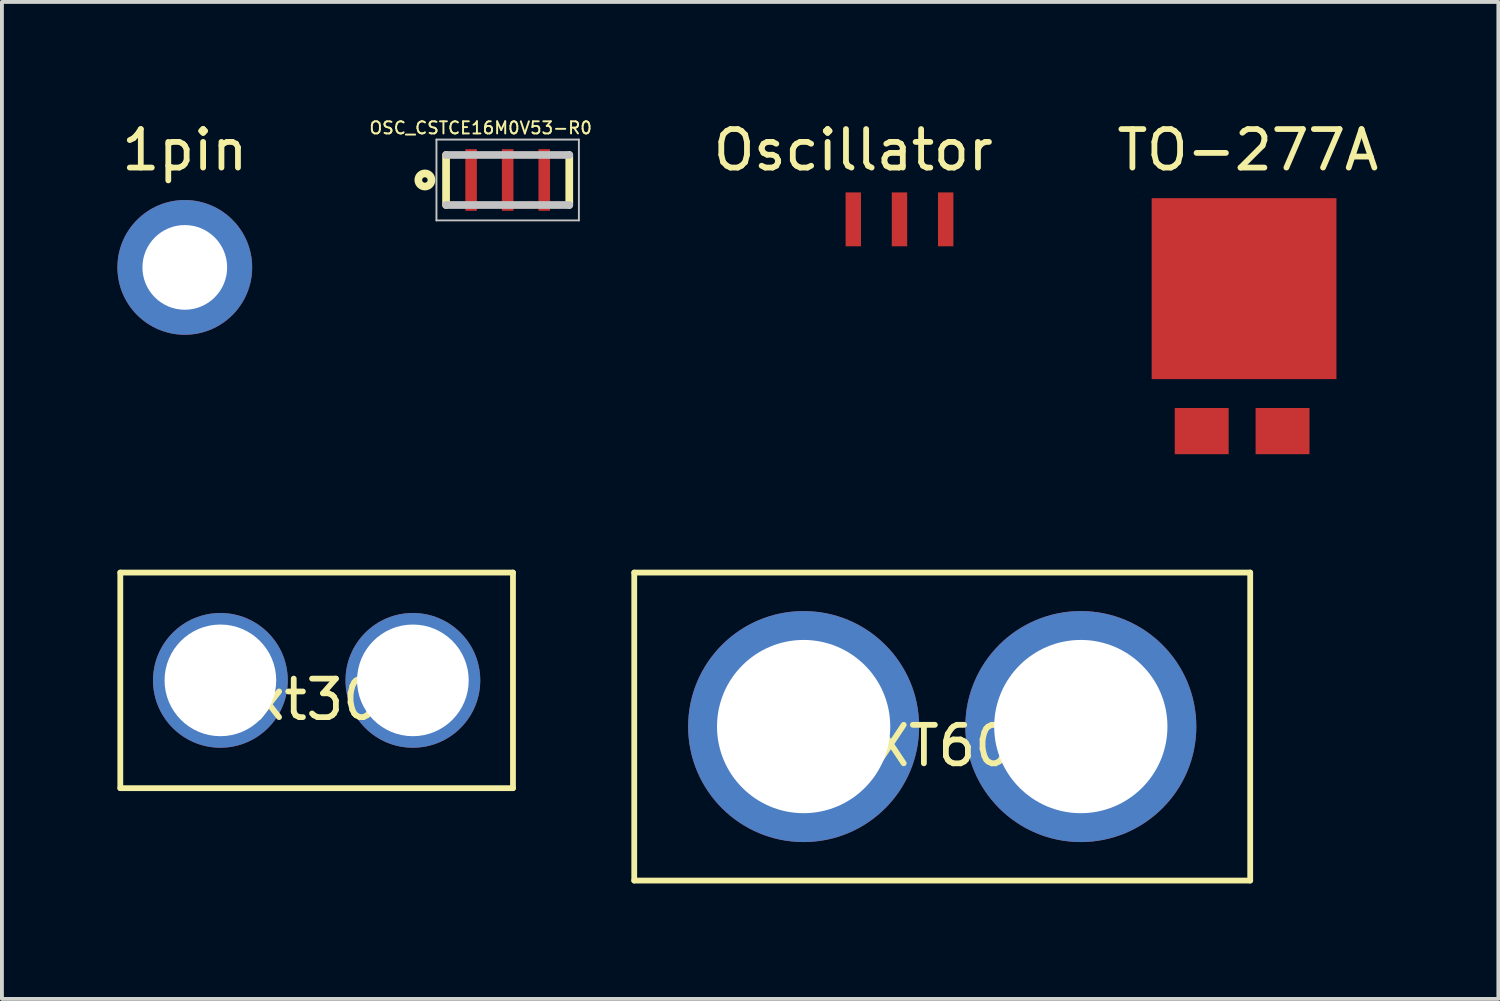
<source format=kicad_pcb>
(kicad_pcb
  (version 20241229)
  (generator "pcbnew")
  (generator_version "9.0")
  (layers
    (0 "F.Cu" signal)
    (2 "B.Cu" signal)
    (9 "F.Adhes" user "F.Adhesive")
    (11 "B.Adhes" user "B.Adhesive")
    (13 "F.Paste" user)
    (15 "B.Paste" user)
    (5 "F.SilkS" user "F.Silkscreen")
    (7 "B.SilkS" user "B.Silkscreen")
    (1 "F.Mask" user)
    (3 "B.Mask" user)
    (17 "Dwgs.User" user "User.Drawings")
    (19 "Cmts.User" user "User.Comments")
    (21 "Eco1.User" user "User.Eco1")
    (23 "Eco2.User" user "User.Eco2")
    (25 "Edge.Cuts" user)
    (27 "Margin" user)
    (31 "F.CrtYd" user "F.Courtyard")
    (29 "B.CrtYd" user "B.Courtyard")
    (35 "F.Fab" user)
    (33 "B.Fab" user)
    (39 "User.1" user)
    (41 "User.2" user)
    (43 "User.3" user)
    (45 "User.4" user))
  (footprint "Oscillator"
    (layer "F.Cu")
    (at 19.115 0.348)
    (property "Reference" "Oscillator" (at 0 0.5 0) (layer "F.SilkS") (effects (font (size 1 1) (thickness 0.15))))
    (attr through_hole)
    (pad "1" smd rect (at 0 2.3) (size 0.4 1.4) (layers "F.Cu" "F.Mask" "F.Paste"))
    (pad "2" smd rect (at 1.2 2.3) (size 0.4 1.4) (layers "F.Cu" "F.Mask" "F.Paste"))
    (pad "3" smd rect (at 2.4 2.3) (size 0.4 1.4) (layers "F.Cu" "F.Mask" "F.Paste")))
  (footprint "XT60"
    (layer "F.Cu")
    (at 21.425 15.823)
    (property "Reference" "XT60" (at 0 0.5 0) (layer "F.SilkS") (effects (font (size 1 1) (thickness 0.15))))
    (attr through_hole)
    (fp_line (start -8 -4) (end 8 -4) (stroke (width 0.15) (type solid)) (layer "F.SilkS"))
    (fp_line (start -8 4) (end -8 -4) (stroke (width 0.15) (type solid)) (layer "F.SilkS"))
    (fp_line (start 8 -4) (end 8 4) (stroke (width 0.15) (type solid)) (layer "F.SilkS"))
    (fp_line (start 8 4) (end -8 4) (stroke (width 0.15) (type solid)) (layer "F.SilkS"))
    (pad "1" thru_hole circle (at -3.6 0) (size 6 6) (drill 4.5) (layers "*.Cu" "*.Mask"))
    (pad "2" thru_hole circle (at 3.6 0) (size 6 6) (drill 4.5) (layers "*.Cu" "*.Mask")))
  (footprint "OSC_CSTCE16M0V53-R0"
    (layer "F.Cu")
    (at 10.137 1.625)
    (property "Reference" "OSC_CSTCE16M0V53-R0" (at -0.701 -1.352 0) (layer "F.SilkS") (effects (font (size 0.315 0.315) (thickness 0.05))))
    (attr smd)
    (fp_line (start -1.6 0.65) (end -1.6 -0.65) (stroke (width 0.2) (type solid)) (layer "F.SilkS"))
    (fp_line (start 1.6 -0.65) (end 1.6 0.65) (stroke (width 0.2) (type solid)) (layer "F.SilkS"))
    (fp_circle (center -2.15 0) (end -2.079 0) (stroke (width 0.2) (type solid)) (fill no) (layer "F.SilkS"))
    (fp_line (start -1.85 -1.05) (end 1.85 -1.05) (stroke (width 0.05) (type solid)) (layer "Dwgs.User"))
    (fp_line (start -1.85 1.05) (end -1.85 -1.05) (stroke (width 0.05) (type solid)) (layer "Dwgs.User"))
    (fp_line (start -1.6 -0.65) (end 1.6 -0.65) (stroke (width 0.2) (type solid)) (layer "Dwgs.User"))
    (fp_line (start 1.6 0.65) (end -1.6 0.65) (stroke (width 0.2) (type solid)) (layer "Dwgs.User"))
    (fp_line (start 1.85 -1.05) (end 1.85 1.05) (stroke (width 0.05) (type solid)) (layer "Dwgs.User"))
    (fp_line (start 1.85 1.05) (end -1.85 1.05) (stroke (width 0.05) (type solid)) (layer "Dwgs.User"))
    (pad "1" smd rect (at -0.95 0) (size 0.3 1.6) (layers "F.Cu" "F.Mask" "F.Paste"))
    (pad "2" smd rect (at 0 0) (size 0.3 1.6) (layers "F.Cu" "F.Mask" "F.Paste"))
    (pad "3" smd rect (at 0.95 0) (size 0.3 1.6) (layers "F.Cu" "F.Mask" "F.Paste")))
  (footprint "1pin"
    (layer "F.Cu")
    (at 1.75 3.896)
    (property "Reference" "1pin" (at 0 -3.048 0) (layer "F.SilkS") (effects (font (size 1 1) (thickness 0.15))))
    (attr through_hole)
    (pad "1" thru_hole circle (at 0 0) (size 3.5 3.5) (drill 2.2) (layers "*.Cu" "*.Mask")))
  (footprint "TO-277A"
    (layer "F.Cu")
    (at 29.265 4.448)
    (property "Reference" "TO-277A" (at 0.1 -3.6 0) (layer "F.SilkS") (effects (font (size 1 1) (thickness 0.15))))
    (attr through_hole)
    (pad "1" smd rect (at 0 0) (size 4.8 4.7) (layers "F.Cu" "F.Mask" "F.Paste"))
    (pad "2" smd rect (at -1.1 3.7) (size 1.4 1.2) (layers "F.Cu" "F.Mask" "F.Paste"))
    (pad "2" smd rect (at 1 3.7) (size 1.4 1.2) (layers "F.Cu" "F.Mask" "F.Paste")))
  (footprint "xt30"
    (layer "F.Cu")
    (at 5.175 14.623)
    (property "Reference" "xt30" (at 0 0.5 0) (layer "F.SilkS") (effects (font (size 1 1) (thickness 0.15))))
    (attr through_hole)
    (fp_line (start -5.1 -2.8) (end 5.1 -2.8) (stroke (width 0.15) (type solid)) (layer "F.SilkS"))
    (fp_line (start -5.1 2.8) (end -5.1 -2.8) (stroke (width 0.15) (type solid)) (layer "F.SilkS"))
    (fp_line (start 5.1 -2.8) (end 5.1 2.8) (stroke (width 0.15) (type solid)) (layer "F.SilkS"))
    (fp_line (start 5.1 2.8) (end -5.1 2.8) (stroke (width 0.15) (type solid)) (layer "F.SilkS"))
    (pad "1" thru_hole circle (at -2.5 0) (size 3.5 3.5) (drill 2.9) (layers "*.Cu" "*.Mask"))
    (pad "2" thru_hole circle (at 2.5 0) (size 3.5 3.5) (drill 2.9) (layers "*.Cu" "*.Mask")))
  (gr_rect
    (start -3 -3)
    (end 35.871 22.898)
    (stroke (width 0.1) (type default))
    (fill no)
    (layer "Edge.Cuts")))
</source>
